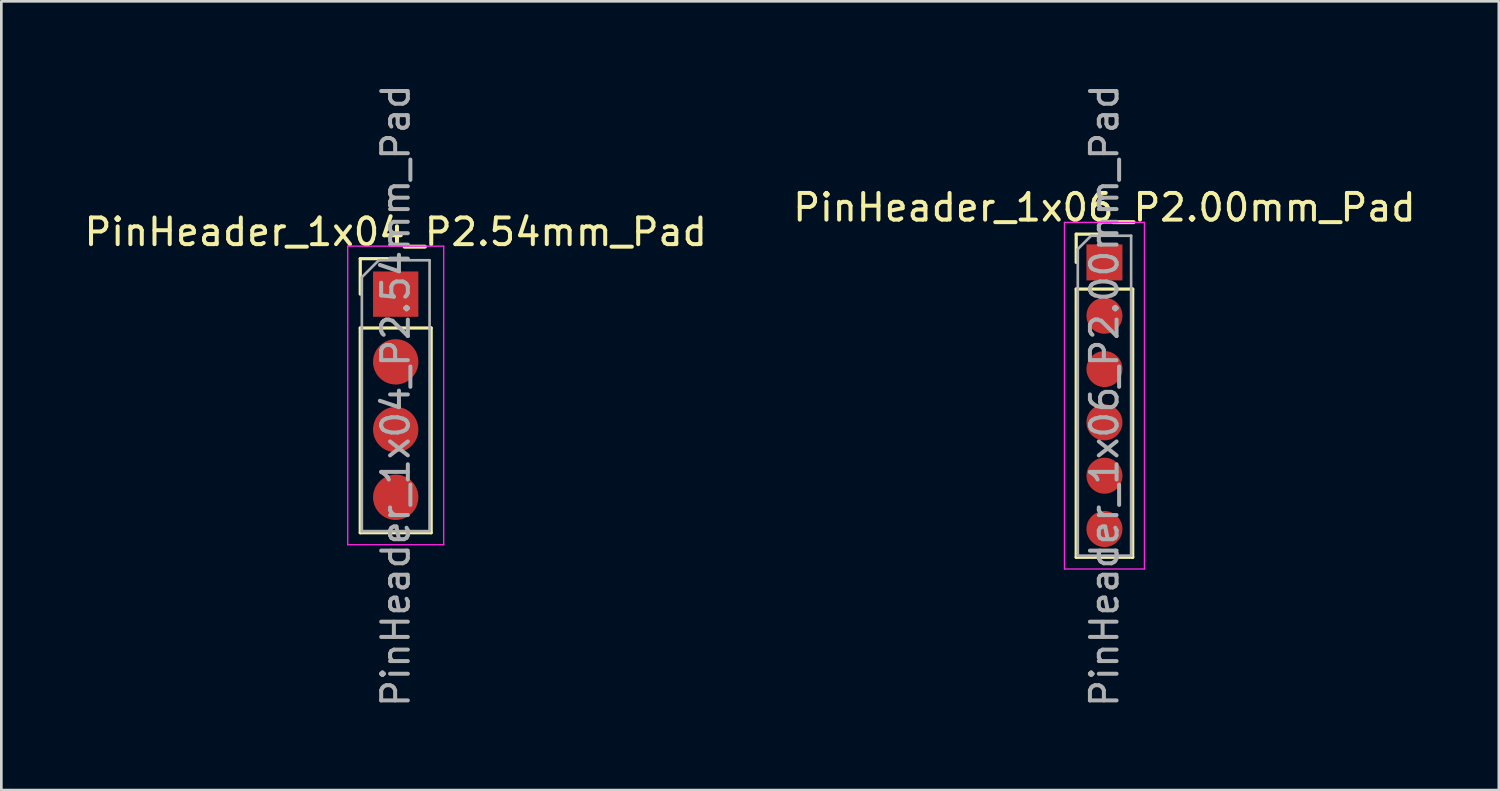
<source format=kicad_pcb>
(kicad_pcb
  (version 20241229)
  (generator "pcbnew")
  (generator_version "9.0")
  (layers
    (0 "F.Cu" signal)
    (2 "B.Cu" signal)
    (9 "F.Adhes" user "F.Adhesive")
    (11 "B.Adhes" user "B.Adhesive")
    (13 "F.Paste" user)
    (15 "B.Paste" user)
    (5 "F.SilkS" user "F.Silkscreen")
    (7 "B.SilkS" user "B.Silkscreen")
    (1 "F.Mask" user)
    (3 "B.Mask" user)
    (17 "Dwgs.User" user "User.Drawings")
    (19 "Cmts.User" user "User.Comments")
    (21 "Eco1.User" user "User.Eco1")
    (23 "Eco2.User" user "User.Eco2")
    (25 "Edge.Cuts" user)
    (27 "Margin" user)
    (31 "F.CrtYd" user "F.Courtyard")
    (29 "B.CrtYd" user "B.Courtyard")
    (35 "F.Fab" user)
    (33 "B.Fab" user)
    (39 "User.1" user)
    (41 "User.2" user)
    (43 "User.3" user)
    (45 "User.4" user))
  (footprint "PinHeader_1x06_P2.00mm_Pad"
    (layer "F.Cu")
    (at 38.375 6.792)
    (property "Reference" "PinHeader_1x06_P2.00mm_Pad" (at 0 -2.06 0) (layer "F.SilkS") (effects (font (size 1 1) (thickness 0.15))))
    (attr through_hole)
    (fp_line (start -1.06 -1.06) (end 0 -1.06) (stroke (width 0.12) (type solid)) (layer "F.SilkS"))
    (fp_line (start -1.06 0) (end -1.06 -1.06) (stroke (width 0.12) (type solid)) (layer "F.SilkS"))
    (fp_line (start -1.06 1) (end -1.06 11.06) (stroke (width 0.12) (type solid)) (layer "F.SilkS"))
    (fp_line (start -1.06 1) (end 1.06 1) (stroke (width 0.12) (type solid)) (layer "F.SilkS"))
    (fp_line (start -1.06 11.06) (end 1.06 11.06) (stroke (width 0.12) (type solid)) (layer "F.SilkS"))
    (fp_line (start 1.06 1) (end 1.06 11.06) (stroke (width 0.12) (type solid)) (layer "F.SilkS"))
    (fp_line (start -1.5 -1.5) (end -1.5 11.5) (stroke (width 0.05) (type solid)) (layer "F.CrtYd"))
    (fp_line (start -1.5 11.5) (end 1.5 11.5) (stroke (width 0.05) (type solid)) (layer "F.CrtYd"))
    (fp_line (start 1.5 -1.5) (end -1.5 -1.5) (stroke (width 0.05) (type solid)) (layer "F.CrtYd"))
    (fp_line (start 1.5 11.5) (end 1.5 -1.5) (stroke (width 0.05) (type solid)) (layer "F.CrtYd"))
    (fp_line (start -1 -0.5) (end -0.5 -1) (stroke (width 0.1) (type solid)) (layer "F.Fab"))
    (fp_line (start -1 11) (end -1 -0.5) (stroke (width 0.1) (type solid)) (layer "F.Fab"))
    (fp_line (start -0.5 -1) (end 1 -1) (stroke (width 0.1) (type solid)) (layer "F.Fab"))
    (fp_line (start 1 -1) (end 1 11) (stroke (width 0.1) (type solid)) (layer "F.Fab"))
    (fp_line (start 1 11) (end -1 11) (stroke (width 0.1) (type solid)) (layer "F.Fab"))
    (fp_text user "${REFERENCE}" (at 0 5 90) (layer "F.Fab") (effects (font (size 1 1) (thickness 0.15))))
    (pad "1" smd rect (at 0 0) (size 1.35 1.35) (layers "F.Cu" "F.Mask" "F.Paste"))
    (pad "2" smd oval (at 0 2) (size 1.35 1.35) (layers "F.Cu" "F.Mask" "F.Paste"))
    (pad "3" smd oval (at 0 4) (size 1.35 1.35) (layers "F.Cu" "F.Mask" "F.Paste"))
    (pad "4" smd oval (at 0 6) (size 1.35 1.35) (layers "F.Cu" "F.Mask" "F.Paste"))
    (pad "5" smd oval (at 0 8) (size 1.35 1.35) (layers "F.Cu" "F.Mask" "F.Paste"))
    (pad "6" smd oval (at 0 10) (size 1.35 1.35) (layers "F.Cu" "F.Mask" "F.Paste")))
  (footprint "PinHeader_1x04_P2.54mm_Pad"
    (layer "F.Cu")
    (at 11.792 7.982)
    (property "Reference" "PinHeader_1x04_P2.54mm_Pad" (at 0 -2.33 0) (layer "F.SilkS") (effects (font (size 1 1) (thickness 0.15))))
    (attr through_hole)
    (fp_line (start -1.33 -1.33) (end 0 -1.33) (stroke (width 0.12) (type solid)) (layer "F.SilkS"))
    (fp_line (start -1.33 0) (end -1.33 -1.33) (stroke (width 0.12) (type solid)) (layer "F.SilkS"))
    (fp_line (start -1.33 1.27) (end -1.33 8.95) (stroke (width 0.12) (type solid)) (layer "F.SilkS"))
    (fp_line (start -1.33 1.27) (end 1.33 1.27) (stroke (width 0.12) (type solid)) (layer "F.SilkS"))
    (fp_line (start -1.33 8.95) (end 1.33 8.95) (stroke (width 0.12) (type solid)) (layer "F.SilkS"))
    (fp_line (start 1.33 1.27) (end 1.33 8.95) (stroke (width 0.12) (type solid)) (layer "F.SilkS"))
    (fp_line (start -1.8 -1.8) (end -1.8 9.4) (stroke (width 0.05) (type solid)) (layer "F.CrtYd"))
    (fp_line (start -1.8 9.4) (end 1.8 9.4) (stroke (width 0.05) (type solid)) (layer "F.CrtYd"))
    (fp_line (start 1.8 -1.8) (end -1.8 -1.8) (stroke (width 0.05) (type solid)) (layer "F.CrtYd"))
    (fp_line (start 1.8 9.4) (end 1.8 -1.8) (stroke (width 0.05) (type solid)) (layer "F.CrtYd"))
    (fp_line (start -1.27 -0.635) (end -0.635 -1.27) (stroke (width 0.1) (type solid)) (layer "F.Fab"))
    (fp_line (start -1.27 8.89) (end -1.27 -0.635) (stroke (width 0.1) (type solid)) (layer "F.Fab"))
    (fp_line (start -0.635 -1.27) (end 1.27 -1.27) (stroke (width 0.1) (type solid)) (layer "F.Fab"))
    (fp_line (start 1.27 -1.27) (end 1.27 8.89) (stroke (width 0.1) (type solid)) (layer "F.Fab"))
    (fp_line (start 1.27 8.89) (end -1.27 8.89) (stroke (width 0.1) (type solid)) (layer "F.Fab"))
    (fp_text user "${REFERENCE}" (at 0 3.81 90) (layer "F.Fab") (effects (font (size 1 1) (thickness 0.15))))
    (pad "1" smd rect (at 0 0) (size 1.7 1.7) (layers "F.Cu" "F.Mask" "F.Paste"))
    (pad "2" smd oval (at 0 2.54) (size 1.7 1.7) (layers "F.Cu" "F.Mask" "F.Paste"))
    (pad "3" smd oval (at 0 5.08) (size 1.7 1.7) (layers "F.Cu" "F.Mask" "F.Paste"))
    (pad "4" smd oval (at 0 7.62) (size 1.7 1.7) (layers "F.Cu" "F.Mask" "F.Paste")))
  (gr_rect
    (start -3 -3)
    (end 53.167 26.583)
    (stroke (width 0.1) (type default))
    (fill no)
    (layer "Edge.Cuts")))
</source>
